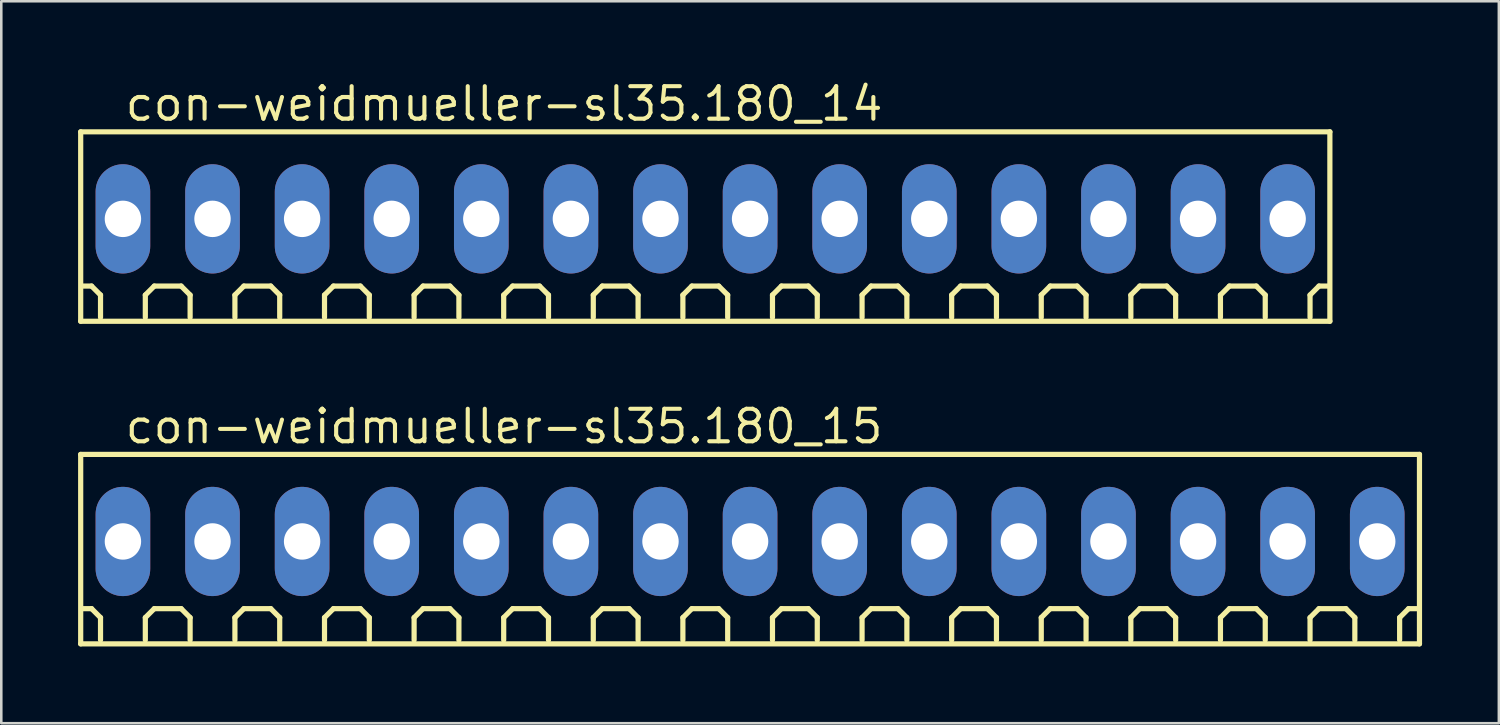
<source format=kicad_pcb>
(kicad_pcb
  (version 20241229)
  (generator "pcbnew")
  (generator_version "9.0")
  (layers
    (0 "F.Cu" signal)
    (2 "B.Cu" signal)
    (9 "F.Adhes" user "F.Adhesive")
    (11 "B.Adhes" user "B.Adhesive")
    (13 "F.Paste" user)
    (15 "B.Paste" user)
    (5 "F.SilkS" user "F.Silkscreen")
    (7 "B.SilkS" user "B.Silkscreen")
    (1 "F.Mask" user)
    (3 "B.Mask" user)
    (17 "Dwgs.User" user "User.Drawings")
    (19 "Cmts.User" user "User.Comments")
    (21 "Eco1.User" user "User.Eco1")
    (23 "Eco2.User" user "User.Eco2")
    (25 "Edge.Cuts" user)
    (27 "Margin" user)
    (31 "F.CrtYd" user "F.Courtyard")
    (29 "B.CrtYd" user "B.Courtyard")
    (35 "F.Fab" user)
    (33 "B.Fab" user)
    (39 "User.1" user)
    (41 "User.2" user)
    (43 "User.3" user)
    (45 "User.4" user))
  (footprint "con-weidmueller-sl35.180_14"
    (layer "F.Cu")
    (at 24.502 5.5)
    (property "Reference" "con-weidmueller-sl35.180_14" (at -22.75 -3.75 0) (layer "F.SilkS") (effects (font (size 1.27 1.27) (thickness 0.16)) (justify left bottom)))
    (attr through_hole)
    (fp_line (start -24.4 -3.4) (end 24.4 -3.4) (stroke (width 0.203) (type default)) (layer "F.SilkS"))
    (fp_line (start -24.4 4) (end -24.4 -3.4) (stroke (width 0.203) (type default)) (layer "F.SilkS"))
    (fp_line (start -23.975 2.625) (end -24.325 2.625) (stroke (width 0.203) (type default)) (layer "F.SilkS"))
    (fp_line (start -23.625 2.975) (end -23.975 2.625) (stroke (width 0.203) (type default)) (layer "F.SilkS"))
    (fp_line (start -23.625 3.85) (end -23.625 2.975) (stroke (width 0.203) (type default)) (layer "F.SilkS"))
    (fp_line (start -21.875 2.975) (end -21.525 2.625) (stroke (width 0.203) (type default)) (layer "F.SilkS"))
    (fp_line (start -21.875 3.85) (end -21.875 2.975) (stroke (width 0.203) (type default)) (layer "F.SilkS"))
    (fp_line (start -21.525 2.625) (end -20.475 2.625) (stroke (width 0.203) (type default)) (layer "F.SilkS"))
    (fp_line (start -20.475 2.625) (end -20.125 2.975) (stroke (width 0.203) (type default)) (layer "F.SilkS"))
    (fp_line (start -20.125 2.975) (end -20.125 3.85) (stroke (width 0.203) (type default)) (layer "F.SilkS"))
    (fp_line (start -18.375 2.975) (end -18.025 2.625) (stroke (width 0.203) (type default)) (layer "F.SilkS"))
    (fp_line (start -18.375 3.85) (end -18.375 2.975) (stroke (width 0.203) (type default)) (layer "F.SilkS"))
    (fp_line (start -18.025 2.625) (end -16.975 2.625) (stroke (width 0.203) (type default)) (layer "F.SilkS"))
    (fp_line (start -16.975 2.625) (end -16.625 2.975) (stroke (width 0.203) (type default)) (layer "F.SilkS"))
    (fp_line (start -16.625 2.975) (end -16.625 3.85) (stroke (width 0.203) (type default)) (layer "F.SilkS"))
    (fp_line (start -14.875 2.975) (end -14.525 2.625) (stroke (width 0.203) (type default)) (layer "F.SilkS"))
    (fp_line (start -14.875 3.85) (end -14.875 2.975) (stroke (width 0.203) (type default)) (layer "F.SilkS"))
    (fp_line (start -14.525 2.625) (end -13.475 2.625) (stroke (width 0.203) (type default)) (layer "F.SilkS"))
    (fp_line (start -13.475 2.625) (end -13.125 2.975) (stroke (width 0.203) (type default)) (layer "F.SilkS"))
    (fp_line (start -13.125 2.975) (end -13.125 3.85) (stroke (width 0.203) (type default)) (layer "F.SilkS"))
    (fp_line (start -11.375 2.975) (end -11.025 2.625) (stroke (width 0.203) (type default)) (layer "F.SilkS"))
    (fp_line (start -11.375 3.85) (end -11.375 2.975) (stroke (width 0.203) (type default)) (layer "F.SilkS"))
    (fp_line (start -11.025 2.625) (end -9.975 2.625) (stroke (width 0.203) (type default)) (layer "F.SilkS"))
    (fp_line (start -9.975 2.625) (end -9.625 2.975) (stroke (width 0.203) (type default)) (layer "F.SilkS"))
    (fp_line (start -9.625 2.975) (end -9.625 3.85) (stroke (width 0.203) (type default)) (layer "F.SilkS"))
    (fp_line (start -7.875 2.975) (end -7.525 2.625) (stroke (width 0.203) (type default)) (layer "F.SilkS"))
    (fp_line (start -7.875 3.85) (end -7.875 2.975) (stroke (width 0.203) (type default)) (layer "F.SilkS"))
    (fp_line (start -7.525 2.625) (end -6.475 2.625) (stroke (width 0.203) (type default)) (layer "F.SilkS"))
    (fp_line (start -6.475 2.625) (end -6.125 2.975) (stroke (width 0.203) (type default)) (layer "F.SilkS"))
    (fp_line (start -6.125 2.975) (end -6.125 3.85) (stroke (width 0.203) (type default)) (layer "F.SilkS"))
    (fp_line (start -4.375 2.975) (end -4.025 2.625) (stroke (width 0.203) (type default)) (layer "F.SilkS"))
    (fp_line (start -4.375 3.85) (end -4.375 2.975) (stroke (width 0.203) (type default)) (layer "F.SilkS"))
    (fp_line (start -4.025 2.625) (end -2.975 2.625) (stroke (width 0.203) (type default)) (layer "F.SilkS"))
    (fp_line (start -2.975 2.625) (end -2.625 2.975) (stroke (width 0.203) (type default)) (layer "F.SilkS"))
    (fp_line (start -2.625 2.975) (end -2.625 3.85) (stroke (width 0.203) (type default)) (layer "F.SilkS"))
    (fp_line (start -0.875 2.975) (end -0.525 2.625) (stroke (width 0.203) (type default)) (layer "F.SilkS"))
    (fp_line (start -0.875 3.85) (end -0.875 2.975) (stroke (width 0.203) (type default)) (layer "F.SilkS"))
    (fp_line (start -0.525 2.625) (end 0.525 2.625) (stroke (width 0.203) (type default)) (layer "F.SilkS"))
    (fp_line (start 0.525 2.625) (end 0.875 2.975) (stroke (width 0.203) (type default)) (layer "F.SilkS"))
    (fp_line (start 0.875 2.975) (end 0.875 3.85) (stroke (width 0.203) (type default)) (layer "F.SilkS"))
    (fp_line (start 2.625 2.975) (end 2.975 2.625) (stroke (width 0.203) (type default)) (layer "F.SilkS"))
    (fp_line (start 2.625 3.85) (end 2.625 2.975) (stroke (width 0.203) (type default)) (layer "F.SilkS"))
    (fp_line (start 2.975 2.625) (end 4.025 2.625) (stroke (width 0.203) (type default)) (layer "F.SilkS"))
    (fp_line (start 4.025 2.625) (end 4.375 2.975) (stroke (width 0.203) (type default)) (layer "F.SilkS"))
    (fp_line (start 4.375 2.975) (end 4.375 3.85) (stroke (width 0.203) (type default)) (layer "F.SilkS"))
    (fp_line (start 6.125 2.975) (end 6.475 2.625) (stroke (width 0.203) (type default)) (layer "F.SilkS"))
    (fp_line (start 6.125 3.85) (end 6.125 2.975) (stroke (width 0.203) (type default)) (layer "F.SilkS"))
    (fp_line (start 6.475 2.625) (end 7.525 2.625) (stroke (width 0.203) (type default)) (layer "F.SilkS"))
    (fp_line (start 7.525 2.625) (end 7.875 2.975) (stroke (width 0.203) (type default)) (layer "F.SilkS"))
    (fp_line (start 7.875 2.975) (end 7.875 3.85) (stroke (width 0.203) (type default)) (layer "F.SilkS"))
    (fp_line (start 9.625 2.975) (end 9.975 2.625) (stroke (width 0.203) (type default)) (layer "F.SilkS"))
    (fp_line (start 9.625 3.85) (end 9.625 2.975) (stroke (width 0.203) (type default)) (layer "F.SilkS"))
    (fp_line (start 9.975 2.625) (end 11.025 2.625) (stroke (width 0.203) (type default)) (layer "F.SilkS"))
    (fp_line (start 11.025 2.625) (end 11.375 2.975) (stroke (width 0.203) (type default)) (layer "F.SilkS"))
    (fp_line (start 11.375 2.975) (end 11.375 3.85) (stroke (width 0.203) (type default)) (layer "F.SilkS"))
    (fp_line (start 13.125 2.975) (end 13.475 2.625) (stroke (width 0.203) (type default)) (layer "F.SilkS"))
    (fp_line (start 13.125 3.85) (end 13.125 2.975) (stroke (width 0.203) (type default)) (layer "F.SilkS"))
    (fp_line (start 13.475 2.625) (end 14.525 2.625) (stroke (width 0.203) (type default)) (layer "F.SilkS"))
    (fp_line (start 14.525 2.625) (end 14.875 2.975) (stroke (width 0.203) (type default)) (layer "F.SilkS"))
    (fp_line (start 14.875 2.975) (end 14.875 3.85) (stroke (width 0.203) (type default)) (layer "F.SilkS"))
    (fp_line (start 16.625 2.975) (end 16.975 2.625) (stroke (width 0.203) (type default)) (layer "F.SilkS"))
    (fp_line (start 16.625 3.85) (end 16.625 2.975) (stroke (width 0.203) (type default)) (layer "F.SilkS"))
    (fp_line (start 16.975 2.625) (end 18.025 2.625) (stroke (width 0.203) (type default)) (layer "F.SilkS"))
    (fp_line (start 18.025 2.625) (end 18.375 2.975) (stroke (width 0.203) (type default)) (layer "F.SilkS"))
    (fp_line (start 18.375 2.975) (end 18.375 3.85) (stroke (width 0.203) (type default)) (layer "F.SilkS"))
    (fp_line (start 20.125 2.975) (end 20.475 2.625) (stroke (width 0.203) (type default)) (layer "F.SilkS"))
    (fp_line (start 20.125 3.85) (end 20.125 2.975) (stroke (width 0.203) (type default)) (layer "F.SilkS"))
    (fp_line (start 20.475 2.625) (end 21.525 2.625) (stroke (width 0.203) (type default)) (layer "F.SilkS"))
    (fp_line (start 21.525 2.625) (end 21.875 2.975) (stroke (width 0.203) (type default)) (layer "F.SilkS"))
    (fp_line (start 21.875 2.975) (end 21.875 3.85) (stroke (width 0.203) (type default)) (layer "F.SilkS"))
    (fp_line (start 23.625 2.975) (end 23.975 2.625) (stroke (width 0.203) (type default)) (layer "F.SilkS"))
    (fp_line (start 23.625 3.85) (end 23.625 2.975) (stroke (width 0.203) (type default)) (layer "F.SilkS"))
    (fp_line (start 24.325 2.625) (end 23.975 2.625) (stroke (width 0.203) (type default)) (layer "F.SilkS"))
    (fp_line (start 24.4 -3.4) (end 24.4 4) (stroke (width 0.203) (type default)) (layer "F.SilkS"))
    (fp_line (start 24.4 4) (end -24.4 4) (stroke (width 0.203) (type default)) (layer "F.SilkS"))
    (pad "1" thru_hole oval (at -22.75 0 90) (size 4.267 2.134) (drill 1.422) (layers "*.Cu" "*.Mask"))
    (pad "2" thru_hole oval (at -19.25 0 90) (size 4.267 2.134) (drill 1.422) (layers "*.Cu" "*.Mask"))
    (pad "3" thru_hole oval (at -15.75 0 90) (size 4.267 2.134) (drill 1.422) (layers "*.Cu" "*.Mask"))
    (pad "4" thru_hole oval (at -12.25 0 90) (size 4.267 2.134) (drill 1.422) (layers "*.Cu" "*.Mask"))
    (pad "5" thru_hole oval (at -8.75 0 90) (size 4.267 2.134) (drill 1.422) (layers "*.Cu" "*.Mask"))
    (pad "6" thru_hole oval (at -5.25 0 90) (size 4.267 2.134) (drill 1.422) (layers "*.Cu" "*.Mask"))
    (pad "7" thru_hole oval (at -1.75 0 90) (size 4.267 2.134) (drill 1.422) (layers "*.Cu" "*.Mask"))
    (pad "8" thru_hole oval (at 1.75 0 90) (size 4.267 2.134) (drill 1.422) (layers "*.Cu" "*.Mask"))
    (pad "9" thru_hole oval (at 5.25 0 90) (size 4.267 2.134) (drill 1.422) (layers "*.Cu" "*.Mask"))
    (pad "10" thru_hole oval (at 8.75 0 90) (size 4.267 2.134) (drill 1.422) (layers "*.Cu" "*.Mask"))
    (pad "11" thru_hole oval (at 12.25 0 90) (size 4.267 2.134) (drill 1.422) (layers "*.Cu" "*.Mask"))
    (pad "12" thru_hole oval (at 15.75 0 90) (size 4.267 2.134) (drill 1.422) (layers "*.Cu" "*.Mask"))
    (pad "13" thru_hole oval (at 19.25 0 90) (size 4.267 2.134) (drill 1.422) (layers "*.Cu" "*.Mask"))
    (pad "14" thru_hole oval (at 22.75 0 90) (size 4.267 2.134) (drill 1.422) (layers "*.Cu" "*.Mask")))
  (footprint "con-weidmueller-sl35.180_15"
    (layer "F.Cu")
    (at 26.252 18.102)
    (property "Reference" "con-weidmueller-sl35.180_15" (at -24.5 -3.75 0) (layer "F.SilkS") (effects (font (size 1.27 1.27) (thickness 0.16)) (justify left bottom)))
    (attr through_hole)
    (fp_line (start -26.15 -3.4) (end 26.15 -3.4) (stroke (width 0.203) (type default)) (layer "F.SilkS"))
    (fp_line (start -26.15 4) (end -26.15 -3.4) (stroke (width 0.203) (type default)) (layer "F.SilkS"))
    (fp_line (start -25.725 2.625) (end -26.075 2.625) (stroke (width 0.203) (type default)) (layer "F.SilkS"))
    (fp_line (start -25.375 2.975) (end -25.725 2.625) (stroke (width 0.203) (type default)) (layer "F.SilkS"))
    (fp_line (start -25.375 3.85) (end -25.375 2.975) (stroke (width 0.203) (type default)) (layer "F.SilkS"))
    (fp_line (start -23.625 2.975) (end -23.275 2.625) (stroke (width 0.203) (type default)) (layer "F.SilkS"))
    (fp_line (start -23.625 3.85) (end -23.625 2.975) (stroke (width 0.203) (type default)) (layer "F.SilkS"))
    (fp_line (start -23.275 2.625) (end -22.225 2.625) (stroke (width 0.203) (type default)) (layer "F.SilkS"))
    (fp_line (start -22.225 2.625) (end -21.875 2.975) (stroke (width 0.203) (type default)) (layer "F.SilkS"))
    (fp_line (start -21.875 2.975) (end -21.875 3.85) (stroke (width 0.203) (type default)) (layer "F.SilkS"))
    (fp_line (start -20.125 2.975) (end -19.775 2.625) (stroke (width 0.203) (type default)) (layer "F.SilkS"))
    (fp_line (start -20.125 3.85) (end -20.125 2.975) (stroke (width 0.203) (type default)) (layer "F.SilkS"))
    (fp_line (start -19.775 2.625) (end -18.725 2.625) (stroke (width 0.203) (type default)) (layer "F.SilkS"))
    (fp_line (start -18.725 2.625) (end -18.375 2.975) (stroke (width 0.203) (type default)) (layer "F.SilkS"))
    (fp_line (start -18.375 2.975) (end -18.375 3.85) (stroke (width 0.203) (type default)) (layer "F.SilkS"))
    (fp_line (start -16.625 2.975) (end -16.275 2.625) (stroke (width 0.203) (type default)) (layer "F.SilkS"))
    (fp_line (start -16.625 3.85) (end -16.625 2.975) (stroke (width 0.203) (type default)) (layer "F.SilkS"))
    (fp_line (start -16.275 2.625) (end -15.225 2.625) (stroke (width 0.203) (type default)) (layer "F.SilkS"))
    (fp_line (start -15.225 2.625) (end -14.875 2.975) (stroke (width 0.203) (type default)) (layer "F.SilkS"))
    (fp_line (start -14.875 2.975) (end -14.875 3.85) (stroke (width 0.203) (type default)) (layer "F.SilkS"))
    (fp_line (start -13.125 2.975) (end -12.775 2.625) (stroke (width 0.203) (type default)) (layer "F.SilkS"))
    (fp_line (start -13.125 3.85) (end -13.125 2.975) (stroke (width 0.203) (type default)) (layer "F.SilkS"))
    (fp_line (start -12.775 2.625) (end -11.725 2.625) (stroke (width 0.203) (type default)) (layer "F.SilkS"))
    (fp_line (start -11.725 2.625) (end -11.375 2.975) (stroke (width 0.203) (type default)) (layer "F.SilkS"))
    (fp_line (start -11.375 2.975) (end -11.375 3.85) (stroke (width 0.203) (type default)) (layer "F.SilkS"))
    (fp_line (start -9.625 2.975) (end -9.275 2.625) (stroke (width 0.203) (type default)) (layer "F.SilkS"))
    (fp_line (start -9.625 3.85) (end -9.625 2.975) (stroke (width 0.203) (type default)) (layer "F.SilkS"))
    (fp_line (start -9.275 2.625) (end -8.225 2.625) (stroke (width 0.203) (type default)) (layer "F.SilkS"))
    (fp_line (start -8.225 2.625) (end -7.875 2.975) (stroke (width 0.203) (type default)) (layer "F.SilkS"))
    (fp_line (start -7.875 2.975) (end -7.875 3.85) (stroke (width 0.203) (type default)) (layer "F.SilkS"))
    (fp_line (start -6.125 2.975) (end -5.775 2.625) (stroke (width 0.203) (type default)) (layer "F.SilkS"))
    (fp_line (start -6.125 3.85) (end -6.125 2.975) (stroke (width 0.203) (type default)) (layer "F.SilkS"))
    (fp_line (start -5.775 2.625) (end -4.725 2.625) (stroke (width 0.203) (type default)) (layer "F.SilkS"))
    (fp_line (start -4.725 2.625) (end -4.375 2.975) (stroke (width 0.203) (type default)) (layer "F.SilkS"))
    (fp_line (start -4.375 2.975) (end -4.375 3.85) (stroke (width 0.203) (type default)) (layer "F.SilkS"))
    (fp_line (start -2.625 2.975) (end -2.275 2.625) (stroke (width 0.203) (type default)) (layer "F.SilkS"))
    (fp_line (start -2.625 3.85) (end -2.625 2.975) (stroke (width 0.203) (type default)) (layer "F.SilkS"))
    (fp_line (start -2.275 2.625) (end -1.225 2.625) (stroke (width 0.203) (type default)) (layer "F.SilkS"))
    (fp_line (start -1.225 2.625) (end -0.875 2.975) (stroke (width 0.203) (type default)) (layer "F.SilkS"))
    (fp_line (start -0.875 2.975) (end -0.875 3.85) (stroke (width 0.203) (type default)) (layer "F.SilkS"))
    (fp_line (start 0.875 2.975) (end 1.225 2.625) (stroke (width 0.203) (type default)) (layer "F.SilkS"))
    (fp_line (start 0.875 3.85) (end 0.875 2.975) (stroke (width 0.203) (type default)) (layer "F.SilkS"))
    (fp_line (start 1.225 2.625) (end 2.275 2.625) (stroke (width 0.203) (type default)) (layer "F.SilkS"))
    (fp_line (start 2.275 2.625) (end 2.625 2.975) (stroke (width 0.203) (type default)) (layer "F.SilkS"))
    (fp_line (start 2.625 2.975) (end 2.625 3.85) (stroke (width 0.203) (type default)) (layer "F.SilkS"))
    (fp_line (start 4.375 2.975) (end 4.725 2.625) (stroke (width 0.203) (type default)) (layer "F.SilkS"))
    (fp_line (start 4.375 3.85) (end 4.375 2.975) (stroke (width 0.203) (type default)) (layer "F.SilkS"))
    (fp_line (start 4.725 2.625) (end 5.775 2.625) (stroke (width 0.203) (type default)) (layer "F.SilkS"))
    (fp_line (start 5.775 2.625) (end 6.125 2.975) (stroke (width 0.203) (type default)) (layer "F.SilkS"))
    (fp_line (start 6.125 2.975) (end 6.125 3.85) (stroke (width 0.203) (type default)) (layer "F.SilkS"))
    (fp_line (start 7.875 2.975) (end 8.225 2.625) (stroke (width 0.203) (type default)) (layer "F.SilkS"))
    (fp_line (start 7.875 3.85) (end 7.875 2.975) (stroke (width 0.203) (type default)) (layer "F.SilkS"))
    (fp_line (start 8.225 2.625) (end 9.275 2.625) (stroke (width 0.203) (type default)) (layer "F.SilkS"))
    (fp_line (start 9.275 2.625) (end 9.625 2.975) (stroke (width 0.203) (type default)) (layer "F.SilkS"))
    (fp_line (start 9.625 2.975) (end 9.625 3.85) (stroke (width 0.203) (type default)) (layer "F.SilkS"))
    (fp_line (start 11.375 2.975) (end 11.725 2.625) (stroke (width 0.203) (type default)) (layer "F.SilkS"))
    (fp_line (start 11.375 3.85) (end 11.375 2.975) (stroke (width 0.203) (type default)) (layer "F.SilkS"))
    (fp_line (start 11.725 2.625) (end 12.775 2.625) (stroke (width 0.203) (type default)) (layer "F.SilkS"))
    (fp_line (start 12.775 2.625) (end 13.125 2.975) (stroke (width 0.203) (type default)) (layer "F.SilkS"))
    (fp_line (start 13.125 2.975) (end 13.125 3.85) (stroke (width 0.203) (type default)) (layer "F.SilkS"))
    (fp_line (start 14.875 2.975) (end 15.225 2.625) (stroke (width 0.203) (type default)) (layer "F.SilkS"))
    (fp_line (start 14.875 3.85) (end 14.875 2.975) (stroke (width 0.203) (type default)) (layer "F.SilkS"))
    (fp_line (start 15.225 2.625) (end 16.275 2.625) (stroke (width 0.203) (type default)) (layer "F.SilkS"))
    (fp_line (start 16.275 2.625) (end 16.625 2.975) (stroke (width 0.203) (type default)) (layer "F.SilkS"))
    (fp_line (start 16.625 2.975) (end 16.625 3.85) (stroke (width 0.203) (type default)) (layer "F.SilkS"))
    (fp_line (start 18.375 2.975) (end 18.725 2.625) (stroke (width 0.203) (type default)) (layer "F.SilkS"))
    (fp_line (start 18.375 3.85) (end 18.375 2.975) (stroke (width 0.203) (type default)) (layer "F.SilkS"))
    (fp_line (start 18.725 2.625) (end 19.775 2.625) (stroke (width 0.203) (type default)) (layer "F.SilkS"))
    (fp_line (start 19.775 2.625) (end 20.125 2.975) (stroke (width 0.203) (type default)) (layer "F.SilkS"))
    (fp_line (start 20.125 2.975) (end 20.125 3.85) (stroke (width 0.203) (type default)) (layer "F.SilkS"))
    (fp_line (start 21.875 2.975) (end 22.225 2.625) (stroke (width 0.203) (type default)) (layer "F.SilkS"))
    (fp_line (start 21.875 3.85) (end 21.875 2.975) (stroke (width 0.203) (type default)) (layer "F.SilkS"))
    (fp_line (start 22.225 2.625) (end 23.275 2.625) (stroke (width 0.203) (type default)) (layer "F.SilkS"))
    (fp_line (start 23.275 2.625) (end 23.625 2.975) (stroke (width 0.203) (type default)) (layer "F.SilkS"))
    (fp_line (start 23.625 2.975) (end 23.625 3.85) (stroke (width 0.203) (type default)) (layer "F.SilkS"))
    (fp_line (start 25.375 2.975) (end 25.725 2.625) (stroke (width 0.203) (type default)) (layer "F.SilkS"))
    (fp_line (start 25.375 3.85) (end 25.375 2.975) (stroke (width 0.203) (type default)) (layer "F.SilkS"))
    (fp_line (start 26.075 2.625) (end 25.725 2.625) (stroke (width 0.203) (type default)) (layer "F.SilkS"))
    (fp_line (start 26.15 -3.4) (end 26.15 4) (stroke (width 0.203) (type default)) (layer "F.SilkS"))
    (fp_line (start 26.15 4) (end -26.15 4) (stroke (width 0.203) (type default)) (layer "F.SilkS"))
    (pad "1" thru_hole oval (at -24.5 0 90) (size 4.267 2.134) (drill 1.422) (layers "*.Cu" "*.Mask"))
    (pad "2" thru_hole oval (at -21 0 90) (size 4.267 2.134) (drill 1.422) (layers "*.Cu" "*.Mask"))
    (pad "3" thru_hole oval (at -17.5 0 90) (size 4.267 2.134) (drill 1.422) (layers "*.Cu" "*.Mask"))
    (pad "4" thru_hole oval (at -14 0 90) (size 4.267 2.134) (drill 1.422) (layers "*.Cu" "*.Mask"))
    (pad "5" thru_hole oval (at -10.5 0 90) (size 4.267 2.134) (drill 1.422) (layers "*.Cu" "*.Mask"))
    (pad "6" thru_hole oval (at -7 0 90) (size 4.267 2.134) (drill 1.422) (layers "*.Cu" "*.Mask"))
    (pad "7" thru_hole oval (at -3.5 0 90) (size 4.267 2.134) (drill 1.422) (layers "*.Cu" "*.Mask"))
    (pad "8" thru_hole oval (at 0 0 90) (size 4.267 2.134) (drill 1.422) (layers "*.Cu" "*.Mask"))
    (pad "9" thru_hole oval (at 3.5 0 90) (size 4.267 2.134) (drill 1.422) (layers "*.Cu" "*.Mask"))
    (pad "10" thru_hole oval (at 7 0 90) (size 4.267 2.134) (drill 1.422) (layers "*.Cu" "*.Mask"))
    (pad "11" thru_hole oval (at 10.5 0 90) (size 4.267 2.134) (drill 1.422) (layers "*.Cu" "*.Mask"))
    (pad "12" thru_hole oval (at 14 0 90) (size 4.267 2.134) (drill 1.422) (layers "*.Cu" "*.Mask"))
    (pad "13" thru_hole oval (at 17.5 0 90) (size 4.267 2.134) (drill 1.422) (layers "*.Cu" "*.Mask"))
    (pad "14" thru_hole oval (at 21 0 90) (size 4.267 2.134) (drill 1.422) (layers "*.Cu" "*.Mask"))
    (pad "15" thru_hole oval (at 24.5 0 90) (size 4.267 2.134) (drill 1.422) (layers "*.Cu" "*.Mask")))
  (gr_rect
    (start -3 -3)
    (end 55.503 25.203)
    (stroke (width 0.1) (type default))
    (fill no)
    (layer "Edge.Cuts")))
</source>
